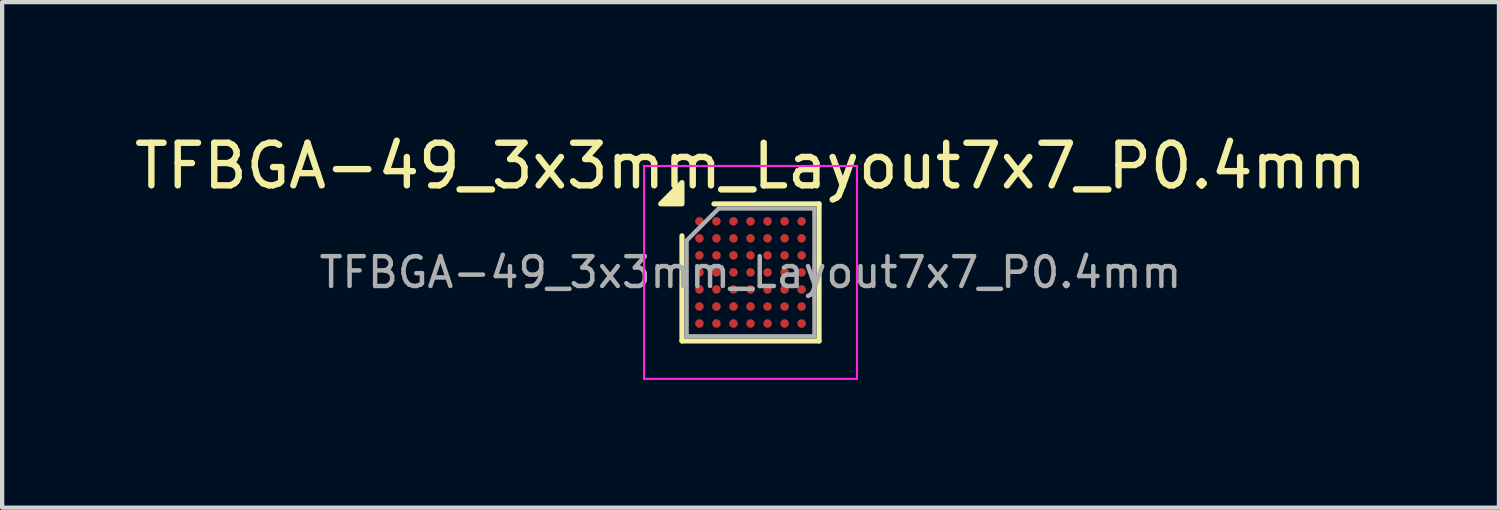
<source format=kicad_pcb>
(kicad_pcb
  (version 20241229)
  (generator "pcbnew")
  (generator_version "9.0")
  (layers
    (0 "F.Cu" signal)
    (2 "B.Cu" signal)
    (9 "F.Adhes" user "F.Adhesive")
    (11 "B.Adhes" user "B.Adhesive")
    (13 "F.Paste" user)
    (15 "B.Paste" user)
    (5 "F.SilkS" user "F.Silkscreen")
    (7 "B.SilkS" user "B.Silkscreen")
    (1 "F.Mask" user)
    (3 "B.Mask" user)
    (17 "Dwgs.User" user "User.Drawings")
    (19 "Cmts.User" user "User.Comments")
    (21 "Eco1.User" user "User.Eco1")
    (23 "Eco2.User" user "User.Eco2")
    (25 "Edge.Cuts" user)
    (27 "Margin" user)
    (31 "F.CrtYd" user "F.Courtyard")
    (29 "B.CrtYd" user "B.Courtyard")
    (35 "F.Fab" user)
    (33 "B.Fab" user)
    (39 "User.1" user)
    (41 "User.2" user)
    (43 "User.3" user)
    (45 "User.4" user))
  (footprint "TFBGA-49_3x3mm_Layout7x7_P0.4mm"
    (layer "F.Cu")
    (at 14.577 3.348)
    (property "Reference" "TFBGA-49_3x3mm_Layout7x7_P0.4mm" (at 0 -2.5 0) (layer "F.SilkS") (effects (font (size 1 1) (thickness 0.15))))
    (attr smd)
    (fp_line (start -1.61 1.61) (end -1.61 -0.86) (stroke (width 0.12) (type solid)) (layer "F.SilkS"))
    (fp_line (start -0.86 -1.61) (end 1.61 -1.61) (stroke (width 0.12) (type solid)) (layer "F.SilkS"))
    (fp_line (start 1.61 -1.61) (end 1.61 1.61) (stroke (width 0.12) (type solid)) (layer "F.SilkS"))
    (fp_line (start 1.61 1.61) (end -1.61 1.61) (stroke (width 0.12) (type solid)) (layer "F.SilkS"))
    (fp_poly (pts (xy -1.61 -1.61) (xy -2.11 -1.61) (xy -1.61 -2.11) (xy -1.61 -1.61)) (stroke (width 0.12) (type solid)) (fill yes) (layer "F.SilkS"))
    (fp_line (start -2.5 -2.5) (end -2.5 2.5) (stroke (width 0.05) (type solid)) (layer "F.CrtYd"))
    (fp_line (start -2.5 2.5) (end 2.5 2.5) (stroke (width 0.05) (type solid)) (layer "F.CrtYd"))
    (fp_line (start 2.5 -2.5) (end -2.5 -2.5) (stroke (width 0.05) (type solid)) (layer "F.CrtYd"))
    (fp_line (start 2.5 2.5) (end 2.5 -2.5) (stroke (width 0.05) (type solid)) (layer "F.CrtYd"))
    (fp_line (start -1.5 -0.75) (end -0.75 -1.5) (stroke (width 0.1) (type solid)) (layer "F.Fab"))
    (fp_line (start -1.5 1.5) (end -1.5 -0.75) (stroke (width 0.1) (type solid)) (layer "F.Fab"))
    (fp_line (start -0.75 -1.5) (end 1.5 -1.5) (stroke (width 0.1) (type solid)) (layer "F.Fab"))
    (fp_line (start 1.5 -1.5) (end 1.5 1.5) (stroke (width 0.1) (type solid)) (layer "F.Fab"))
    (fp_line (start 1.5 1.5) (end -1.5 1.5) (stroke (width 0.1) (type solid)) (layer "F.Fab"))
    (fp_text user "${REFERENCE}" (at 0 0 0) (layer "F.Fab") (effects (font (size 0.7 0.7) (thickness 0.105))))
    (pad "A1" smd circle (at -1.2 -1.2) (size 0.2 0.2) (property pad_prop_bga) (layers "F.Cu" "F.Mask" "F.Paste"))
    (pad "A2" smd circle (at -0.8 -1.2) (size 0.2 0.2) (property pad_prop_bga) (layers "F.Cu" "F.Mask" "F.Paste"))
    (pad "A3" smd circle (at -0.4 -1.2) (size 0.2 0.2) (property pad_prop_bga) (layers "F.Cu" "F.Mask" "F.Paste"))
    (pad "A4" smd circle (at 0 -1.2) (size 0.2 0.2) (property pad_prop_bga) (layers "F.Cu" "F.Mask" "F.Paste"))
    (pad "A5" smd circle (at 0.4 -1.2) (size 0.2 0.2) (property pad_prop_bga) (layers "F.Cu" "F.Mask" "F.Paste"))
    (pad "A6" smd circle (at 0.8 -1.2) (size 0.2 0.2) (property pad_prop_bga) (layers "F.Cu" "F.Mask" "F.Paste"))
    (pad "A7" smd circle (at 1.2 -1.2) (size 0.2 0.2) (property pad_prop_bga) (layers "F.Cu" "F.Mask" "F.Paste"))
    (pad "B1" smd circle (at -1.2 -0.8) (size 0.2 0.2) (property pad_prop_bga) (layers "F.Cu" "F.Mask" "F.Paste"))
    (pad "B2" smd circle (at -0.8 -0.8) (size 0.2 0.2) (property pad_prop_bga) (layers "F.Cu" "F.Mask" "F.Paste"))
    (pad "B3" smd circle (at -0.4 -0.8) (size 0.2 0.2) (property pad_prop_bga) (layers "F.Cu" "F.Mask" "F.Paste"))
    (pad "B4" smd circle (at 0 -0.8) (size 0.2 0.2) (property pad_prop_bga) (layers "F.Cu" "F.Mask" "F.Paste"))
    (pad "B5" smd circle (at 0.4 -0.8) (size 0.2 0.2) (property pad_prop_bga) (layers "F.Cu" "F.Mask" "F.Paste"))
    (pad "B6" smd circle (at 0.8 -0.8) (size 0.2 0.2) (property pad_prop_bga) (layers "F.Cu" "F.Mask" "F.Paste"))
    (pad "B7" smd circle (at 1.2 -0.8) (size 0.2 0.2) (property pad_prop_bga) (layers "F.Cu" "F.Mask" "F.Paste"))
    (pad "C1" smd circle (at -1.2 -0.4) (size 0.2 0.2) (property pad_prop_bga) (layers "F.Cu" "F.Mask" "F.Paste"))
    (pad "C2" smd circle (at -0.8 -0.4) (size 0.2 0.2) (property pad_prop_bga) (layers "F.Cu" "F.Mask" "F.Paste"))
    (pad "C3" smd circle (at -0.4 -0.4) (size 0.2 0.2) (property pad_prop_bga) (layers "F.Cu" "F.Mask" "F.Paste"))
    (pad "C4" smd circle (at 0 -0.4) (size 0.2 0.2) (property pad_prop_bga) (layers "F.Cu" "F.Mask" "F.Paste"))
    (pad "C5" smd circle (at 0.4 -0.4) (size 0.2 0.2) (property pad_prop_bga) (layers "F.Cu" "F.Mask" "F.Paste"))
    (pad "C6" smd circle (at 0.8 -0.4) (size 0.2 0.2) (property pad_prop_bga) (layers "F.Cu" "F.Mask" "F.Paste"))
    (pad "C7" smd circle (at 1.2 -0.4) (size 0.2 0.2) (property pad_prop_bga) (layers "F.Cu" "F.Mask" "F.Paste"))
    (pad "D1" smd circle (at -1.2 0) (size 0.2 0.2) (property pad_prop_bga) (layers "F.Cu" "F.Mask" "F.Paste"))
    (pad "D2" smd circle (at -0.8 0) (size 0.2 0.2) (property pad_prop_bga) (layers "F.Cu" "F.Mask" "F.Paste"))
    (pad "D3" smd circle (at -0.4 0) (size 0.2 0.2) (property pad_prop_bga) (layers "F.Cu" "F.Mask" "F.Paste"))
    (pad "D4" smd circle (at 0 0) (size 0.2 0.2) (property pad_prop_bga) (layers "F.Cu" "F.Mask" "F.Paste"))
    (pad "D5" smd circle (at 0.4 0) (size 0.2 0.2) (property pad_prop_bga) (layers "F.Cu" "F.Mask" "F.Paste"))
    (pad "D6" smd circle (at 0.8 0) (size 0.2 0.2) (property pad_prop_bga) (layers "F.Cu" "F.Mask" "F.Paste"))
    (pad "D7" smd circle (at 1.2 0) (size 0.2 0.2) (property pad_prop_bga) (layers "F.Cu" "F.Mask" "F.Paste"))
    (pad "E1" smd circle (at -1.2 0.4) (size 0.2 0.2) (property pad_prop_bga) (layers "F.Cu" "F.Mask" "F.Paste"))
    (pad "E2" smd circle (at -0.8 0.4) (size 0.2 0.2) (property pad_prop_bga) (layers "F.Cu" "F.Mask" "F.Paste"))
    (pad "E3" smd circle (at -0.4 0.4) (size 0.2 0.2) (property pad_prop_bga) (layers "F.Cu" "F.Mask" "F.Paste"))
    (pad "E4" smd circle (at 0 0.4) (size 0.2 0.2) (property pad_prop_bga) (layers "F.Cu" "F.Mask" "F.Paste"))
    (pad "E5" smd circle (at 0.4 0.4) (size 0.2 0.2) (property pad_prop_bga) (layers "F.Cu" "F.Mask" "F.Paste"))
    (pad "E6" smd circle (at 0.8 0.4) (size 0.2 0.2) (property pad_prop_bga) (layers "F.Cu" "F.Mask" "F.Paste"))
    (pad "E7" smd circle (at 1.2 0.4) (size 0.2 0.2) (property pad_prop_bga) (layers "F.Cu" "F.Mask" "F.Paste"))
    (pad "F1" smd circle (at -1.2 0.8) (size 0.2 0.2) (property pad_prop_bga) (layers "F.Cu" "F.Mask" "F.Paste"))
    (pad "F2" smd circle (at -0.8 0.8) (size 0.2 0.2) (property pad_prop_bga) (layers "F.Cu" "F.Mask" "F.Paste"))
    (pad "F3" smd circle (at -0.4 0.8) (size 0.2 0.2) (property pad_prop_bga) (layers "F.Cu" "F.Mask" "F.Paste"))
    (pad "F4" smd circle (at 0 0.8) (size 0.2 0.2) (property pad_prop_bga) (layers "F.Cu" "F.Mask" "F.Paste"))
    (pad "F5" smd circle (at 0.4 0.8) (size 0.2 0.2) (property pad_prop_bga) (layers "F.Cu" "F.Mask" "F.Paste"))
    (pad "F6" smd circle (at 0.8 0.8) (size 0.2 0.2) (property pad_prop_bga) (layers "F.Cu" "F.Mask" "F.Paste"))
    (pad "F7" smd circle (at 1.2 0.8) (size 0.2 0.2) (property pad_prop_bga) (layers "F.Cu" "F.Mask" "F.Paste"))
    (pad "G1" smd circle (at -1.2 1.2) (size 0.2 0.2) (property pad_prop_bga) (layers "F.Cu" "F.Mask" "F.Paste"))
    (pad "G2" smd circle (at -0.8 1.2) (size 0.2 0.2) (property pad_prop_bga) (layers "F.Cu" "F.Mask" "F.Paste"))
    (pad "G3" smd circle (at -0.4 1.2) (size 0.2 0.2) (property pad_prop_bga) (layers "F.Cu" "F.Mask" "F.Paste"))
    (pad "G4" smd circle (at 0 1.2) (size 0.2 0.2) (property pad_prop_bga) (layers "F.Cu" "F.Mask" "F.Paste"))
    (pad "G5" smd circle (at 0.4 1.2) (size 0.2 0.2) (property pad_prop_bga) (layers "F.Cu" "F.Mask" "F.Paste"))
    (pad "G6" smd circle (at 0.8 1.2) (size 0.2 0.2) (property pad_prop_bga) (layers "F.Cu" "F.Mask" "F.Paste"))
    (pad "G7" smd circle (at 1.2 1.2) (size 0.2 0.2) (property pad_prop_bga) (layers "F.Cu" "F.Mask" "F.Paste")))
  (gr_rect
    (start -3 -3)
    (end 32.155 8.873)
    (stroke (width 0.1) (type default))
    (fill no)
    (layer "Edge.Cuts")))
</source>
